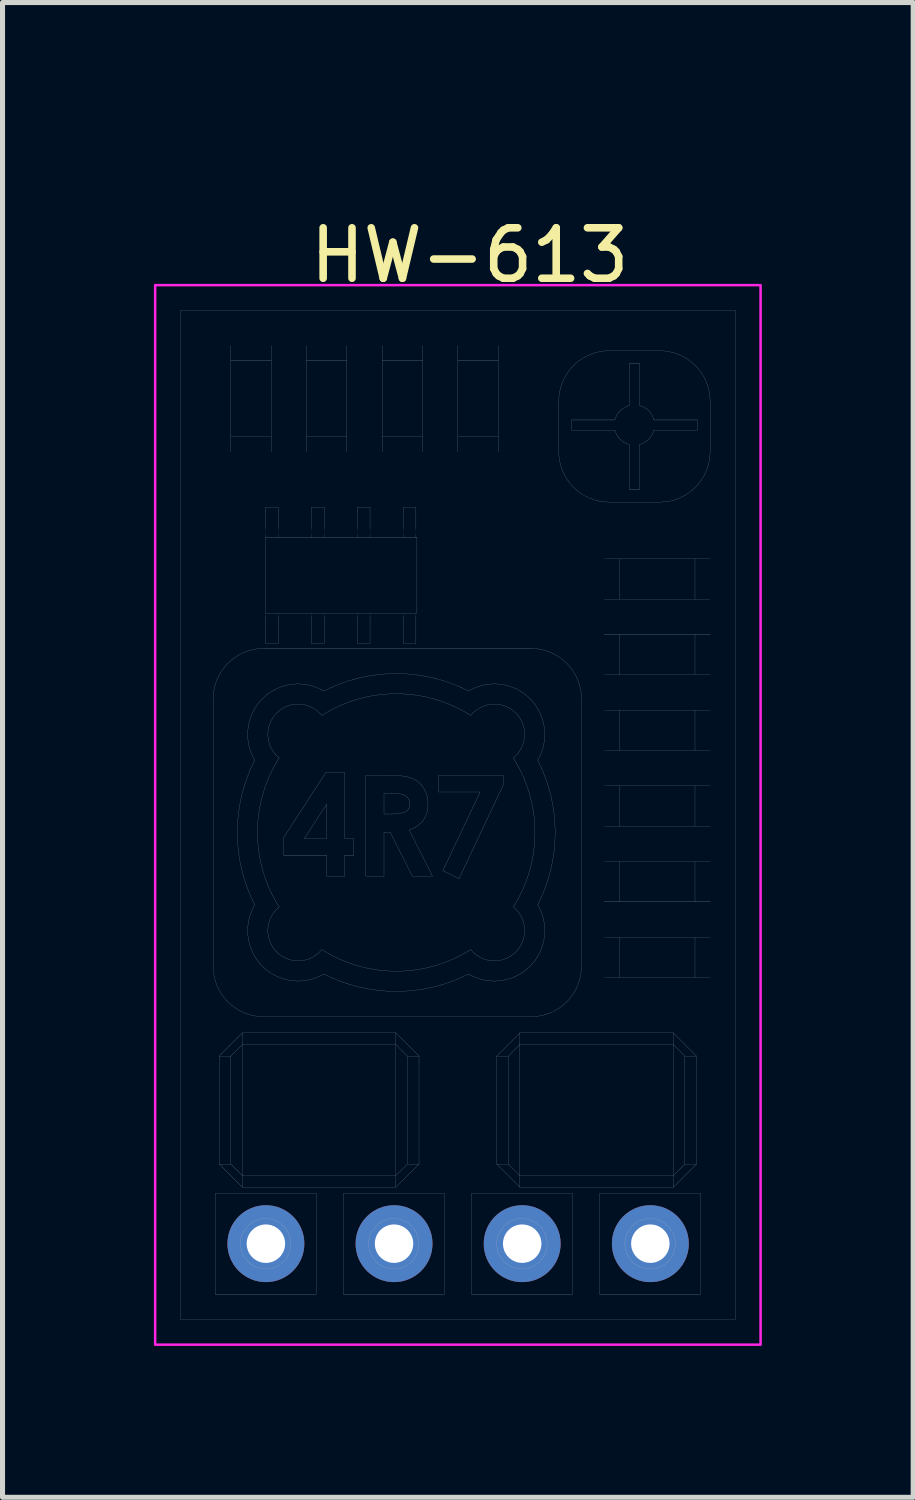
<source format=kicad_pcb>
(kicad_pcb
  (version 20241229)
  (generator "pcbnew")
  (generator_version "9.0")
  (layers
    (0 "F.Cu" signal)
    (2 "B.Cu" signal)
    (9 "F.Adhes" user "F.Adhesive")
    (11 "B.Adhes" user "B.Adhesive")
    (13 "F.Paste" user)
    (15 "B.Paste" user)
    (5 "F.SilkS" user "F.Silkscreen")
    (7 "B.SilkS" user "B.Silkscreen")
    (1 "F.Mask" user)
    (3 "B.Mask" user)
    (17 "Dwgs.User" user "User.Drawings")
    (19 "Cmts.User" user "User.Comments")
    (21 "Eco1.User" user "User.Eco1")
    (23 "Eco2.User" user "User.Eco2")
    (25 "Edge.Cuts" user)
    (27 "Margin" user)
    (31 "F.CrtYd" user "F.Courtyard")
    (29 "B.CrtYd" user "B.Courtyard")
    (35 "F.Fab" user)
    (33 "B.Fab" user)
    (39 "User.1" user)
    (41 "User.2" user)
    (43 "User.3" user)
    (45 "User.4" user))
  (footprint "HW-613"
    (layer "F.Cu")
    (at 5.82 0.25)
    (property "Reference" "HW-613" (at 0.44 1.76 0) (layer "F.SilkS") (effects (font (size 1 1) (thickness 0.15))))
    (attr through_hole)
    (fp_line (start -5.295 2.852) (end -5.295 22.852) (stroke (width 0.003) (type solid)) (layer "Dwgs.User"))
    (fp_line (start -5.295 22.852) (end 5.705 22.852) (stroke (width 0.003) (type solid)) (layer "Dwgs.User"))
    (fp_line (start -4.645 10.552) (end -4.645 15.852) (stroke (width 0.003) (type solid)) (layer "Dwgs.User"))
    (fp_line (start -4.605 20.352) (end -4.605 22.352) (stroke (width 0.003) (type solid)) (layer "Dwgs.User"))
    (fp_line (start -4.605 22.352) (end -2.605 22.352) (stroke (width 0.003) (type solid)) (layer "Dwgs.User"))
    (fp_line (start -4.525 17.632) (end -4.295 17.632) (stroke (width 0.003) (type solid)) (layer "Dwgs.User"))
    (fp_line (start -4.525 19.772) (end -4.525 17.632) (stroke (width 0.003) (type solid)) (layer "Dwgs.User"))
    (fp_line (start -4.525 19.772) (end -4.295 19.772) (stroke (width 0.003) (type solid)) (layer "Dwgs.User"))
    (fp_line (start -4.525 19.772) (end -4.065 20.232) (stroke (width 0.003) (type solid)) (layer "Dwgs.User"))
    (fp_line (start -4.295 3.852) (end -4.295 5.352) (stroke (width 0.003) (type solid)) (layer "Dwgs.User"))
    (fp_line (start -4.295 5.352) (end -3.495 5.352) (stroke (width 0.003) (type solid)) (layer "Dwgs.User"))
    (fp_line (start -4.295 17.632) (end -4.065 17.402) (stroke (width 0.003) (type solid)) (layer "Dwgs.User"))
    (fp_line (start -4.295 19.772) (end -4.295 17.632) (stroke (width 0.003) (type solid)) (layer "Dwgs.User"))
    (fp_line (start -4.295 19.772) (end -4.065 20.002) (stroke (width 0.003) (type solid)) (layer "Dwgs.User"))
    (fp_line (start -4.065 17.172) (end -4.525 17.632) (stroke (width 0.003) (type solid)) (layer "Dwgs.User"))
    (fp_line (start -4.065 17.172) (end -1.025 17.172) (stroke (width 0.003) (type solid)) (layer "Dwgs.User"))
    (fp_line (start -4.065 17.402) (end -4.065 17.172) (stroke (width 0.003) (type solid)) (layer "Dwgs.User"))
    (fp_line (start -4.065 17.402) (end -4.065 20.002) (stroke (width 0.003) (type solid)) (layer "Dwgs.User"))
    (fp_line (start -4.065 20.002) (end -1.025 20.002) (stroke (width 0.003) (type solid)) (layer "Dwgs.User"))
    (fp_line (start -4.065 20.232) (end -4.065 20.002) (stroke (width 0.003) (type solid)) (layer "Dwgs.User"))
    (fp_line (start -3.645 16.852) (end 1.655 16.852) (stroke (width 0.003) (type solid)) (layer "Dwgs.User"))
    (fp_line (start -3.606 6.752) (end -3.606 7.152) (stroke (width 0.003) (type solid)) (layer "Dwgs.User"))
    (fp_line (start -3.606 7.352) (end -3.606 8.852) (stroke (width 0.003) (type solid)) (layer "Dwgs.User"))
    (fp_line (start -3.606 8.852) (end -0.606 8.852) (stroke (width 0.003) (type solid)) (layer "Dwgs.User"))
    (fp_line (start -3.606 9.052) (end -3.606 9.452) (stroke (width 0.003) (type solid)) (layer "Dwgs.User"))
    (fp_line (start -3.606 9.452) (end -3.356 9.452) (stroke (width 0.003) (type solid)) (layer "Dwgs.User"))
    (fp_line (start -3.495 3.852) (end -4.295 3.852) (stroke (width 0.003) (type solid)) (layer "Dwgs.User"))
    (fp_line (start -3.495 5.352) (end -3.495 3.852) (stroke (width 0.003) (type solid)) (layer "Dwgs.User"))
    (fp_line (start -3.356 6.752) (end -3.606 6.752) (stroke (width 0.003) (type solid)) (layer "Dwgs.User"))
    (fp_line (start -3.356 7.152) (end -3.356 6.752) (stroke (width 0.003) (type solid)) (layer "Dwgs.User"))
    (fp_line (start -3.356 9.452) (end -3.356 9.052) (stroke (width 0.003) (type solid)) (layer "Dwgs.User"))
    (fp_line (start -3.243 13.291) (end -2.412 12.013) (stroke (width 0.003) (type solid)) (layer "Dwgs.User"))
    (fp_line (start -3.243 13.655) (end -3.243 13.291) (stroke (width 0.003) (type solid)) (layer "Dwgs.User"))
    (fp_line (start -2.839 13.321) (end -2.396 13.321) (stroke (width 0.003) (type solid)) (layer "Dwgs.User"))
    (fp_line (start -2.795 3.852) (end -2.795 5.352) (stroke (width 0.003) (type solid)) (layer "Dwgs.User"))
    (fp_line (start -2.795 5.352) (end -1.995 5.352) (stroke (width 0.003) (type solid)) (layer "Dwgs.User"))
    (fp_line (start -2.696 6.752) (end -2.696 7.152) (stroke (width 0.003) (type solid)) (layer "Dwgs.User"))
    (fp_line (start -2.696 9.052) (end -2.696 9.452) (stroke (width 0.003) (type solid)) (layer "Dwgs.User"))
    (fp_line (start -2.696 9.452) (end -2.446 9.452) (stroke (width 0.003) (type solid)) (layer "Dwgs.User"))
    (fp_line (start -2.605 20.352) (end -4.605 20.352) (stroke (width 0.003) (type solid)) (layer "Dwgs.User"))
    (fp_line (start -2.605 22.352) (end -2.605 20.352) (stroke (width 0.003) (type solid)) (layer "Dwgs.User"))
    (fp_line (start -2.446 6.752) (end -2.696 6.752) (stroke (width 0.003) (type solid)) (layer "Dwgs.User"))
    (fp_line (start -2.446 7.152) (end -2.446 6.752) (stroke (width 0.003) (type solid)) (layer "Dwgs.User"))
    (fp_line (start -2.446 9.452) (end -2.446 9.052) (stroke (width 0.003) (type solid)) (layer "Dwgs.User"))
    (fp_line (start -2.412 12.013) (end -2.037 12.013) (stroke (width 0.003) (type solid)) (layer "Dwgs.User"))
    (fp_line (start -2.396 12.64) (end -2.839 13.321) (stroke (width 0.003) (type solid)) (layer "Dwgs.User"))
    (fp_line (start -2.396 13.321) (end -2.396 12.64) (stroke (width 0.003) (type solid)) (layer "Dwgs.User"))
    (fp_line (start -2.396 13.655) (end -3.243 13.655) (stroke (width 0.003) (type solid)) (layer "Dwgs.User"))
    (fp_line (start -2.396 14.065) (end -2.396 13.655) (stroke (width 0.003) (type solid)) (layer "Dwgs.User"))
    (fp_line (start -2.065 20.352) (end -2.065 22.352) (stroke (width 0.003) (type solid)) (layer "Dwgs.User"))
    (fp_line (start -2.065 22.352) (end -0.065 22.352) (stroke (width 0.003) (type solid)) (layer "Dwgs.User"))
    (fp_line (start -2.037 12.013) (end -2.037 13.321) (stroke (width 0.003) (type solid)) (layer "Dwgs.User"))
    (fp_line (start -2.037 13.321) (end -1.858 13.321) (stroke (width 0.003) (type solid)) (layer "Dwgs.User"))
    (fp_line (start -2.037 13.655) (end -2.037 14.065) (stroke (width 0.003) (type solid)) (layer "Dwgs.User"))
    (fp_line (start -2.037 14.065) (end -2.396 14.065) (stroke (width 0.003) (type solid)) (layer "Dwgs.User"))
    (fp_line (start -1.995 3.852) (end -2.795 3.852) (stroke (width 0.003) (type solid)) (layer "Dwgs.User"))
    (fp_line (start -1.995 5.352) (end -1.995 3.852) (stroke (width 0.003) (type solid)) (layer "Dwgs.User"))
    (fp_line (start -1.858 13.321) (end -1.858 13.655) (stroke (width 0.003) (type solid)) (layer "Dwgs.User"))
    (fp_line (start -1.858 13.655) (end -2.037 13.655) (stroke (width 0.003) (type solid)) (layer "Dwgs.User"))
    (fp_line (start -1.786 6.752) (end -1.786 7.152) (stroke (width 0.003) (type solid)) (layer "Dwgs.User"))
    (fp_line (start -1.786 9.052) (end -1.786 9.452) (stroke (width 0.003) (type solid)) (layer "Dwgs.User"))
    (fp_line (start -1.786 9.452) (end -1.536 9.452) (stroke (width 0.003) (type solid)) (layer "Dwgs.User"))
    (fp_line (start -1.618 12.065) (end -1.2 12.065) (stroke (width 0.003) (type solid)) (layer "Dwgs.User"))
    (fp_line (start -1.618 14.065) (end -1.618 12.065) (stroke (width 0.003) (type solid)) (layer "Dwgs.User"))
    (fp_line (start -1.536 6.752) (end -1.786 6.752) (stroke (width 0.003) (type solid)) (layer "Dwgs.User"))
    (fp_line (start -1.536 7.152) (end -1.536 6.752) (stroke (width 0.003) (type solid)) (layer "Dwgs.User"))
    (fp_line (start -1.536 9.452) (end -1.536 9.052) (stroke (width 0.003) (type solid)) (layer "Dwgs.User"))
    (fp_line (start -1.295 3.852) (end -1.295 5.352) (stroke (width 0.003) (type solid)) (layer "Dwgs.User"))
    (fp_line (start -1.295 5.352) (end -0.495 5.352) (stroke (width 0.003) (type solid)) (layer "Dwgs.User"))
    (fp_line (start -1.259 12.424) (end -1.259 12.834) (stroke (width 0.003) (type solid)) (layer "Dwgs.User"))
    (fp_line (start -1.259 12.834) (end -1.119 12.834) (stroke (width 0.003) (type solid)) (layer "Dwgs.User"))
    (fp_line (start -1.259 13.193) (end -1.259 14.065) (stroke (width 0.003) (type solid)) (layer "Dwgs.User"))
    (fp_line (start -1.259 14.065) (end -1.618 14.065) (stroke (width 0.003) (type solid)) (layer "Dwgs.User"))
    (fp_line (start -1.137 13.193) (end -1.259 13.193) (stroke (width 0.003) (type solid)) (layer "Dwgs.User"))
    (fp_line (start -1.137 12.424) (end -1.259 12.424) (stroke (width 0.003) (type solid)) (layer "Dwgs.User"))
    (fp_line (start -1.025 17.402) (end -4.065 17.402) (stroke (width 0.003) (type solid)) (layer "Dwgs.User"))
    (fp_line (start -1.025 17.402) (end -1.025 17.172) (stroke (width 0.003) (type solid)) (layer "Dwgs.User"))
    (fp_line (start -1.025 17.402) (end -0.795 17.632) (stroke (width 0.003) (type solid)) (layer "Dwgs.User"))
    (fp_line (start -1.025 20.002) (end -1.025 17.402) (stroke (width 0.003) (type solid)) (layer "Dwgs.User"))
    (fp_line (start -1.025 20.002) (end -0.795 19.772) (stroke (width 0.003) (type solid)) (layer "Dwgs.User"))
    (fp_line (start -1.025 20.232) (end -4.065 20.232) (stroke (width 0.003) (type solid)) (layer "Dwgs.User"))
    (fp_line (start -1.025 20.232) (end -1.025 20.002) (stroke (width 0.003) (type solid)) (layer "Dwgs.User"))
    (fp_line (start -1.025 20.232) (end -0.565 19.772) (stroke (width 0.003) (type solid)) (layer "Dwgs.User"))
    (fp_line (start -0.876 6.752) (end -0.876 7.152) (stroke (width 0.003) (type solid)) (layer "Dwgs.User"))
    (fp_line (start -0.876 9.052) (end -0.876 9.452) (stroke (width 0.003) (type solid)) (layer "Dwgs.User"))
    (fp_line (start -0.876 9.452) (end -0.626 9.452) (stroke (width 0.003) (type solid)) (layer "Dwgs.User"))
    (fp_line (start -0.795 17.632) (end -0.795 19.772) (stroke (width 0.003) (type solid)) (layer "Dwgs.User"))
    (fp_line (start -0.795 17.632) (end -0.565 17.632) (stroke (width 0.003) (type solid)) (layer "Dwgs.User"))
    (fp_line (start -0.795 19.772) (end -0.565 19.772) (stroke (width 0.003) (type solid)) (layer "Dwgs.User"))
    (fp_line (start -0.759 13.152) (end -0.298 14.065) (stroke (width 0.003) (type solid)) (layer "Dwgs.User"))
    (fp_line (start -0.697 14.065) (end -1.137 13.193) (stroke (width 0.003) (type solid)) (layer "Dwgs.User"))
    (fp_line (start -0.626 6.752) (end -0.876 6.752) (stroke (width 0.003) (type solid)) (layer "Dwgs.User"))
    (fp_line (start -0.626 7.152) (end -0.626 6.752) (stroke (width 0.003) (type solid)) (layer "Dwgs.User"))
    (fp_line (start -0.626 9.452) (end -0.626 9.052) (stroke (width 0.003) (type solid)) (layer "Dwgs.User"))
    (fp_line (start -0.606 7.352) (end -3.606 7.352) (stroke (width 0.003) (type solid)) (layer "Dwgs.User"))
    (fp_line (start -0.606 8.852) (end -0.606 7.352) (stroke (width 0.003) (type solid)) (layer "Dwgs.User"))
    (fp_line (start -0.565 17.632) (end -1.025 17.172) (stroke (width 0.003) (type solid)) (layer "Dwgs.User"))
    (fp_line (start -0.565 17.632) (end -0.565 19.772) (stroke (width 0.003) (type solid)) (layer "Dwgs.User"))
    (fp_line (start -0.495 3.852) (end -1.295 3.852) (stroke (width 0.003) (type solid)) (layer "Dwgs.User"))
    (fp_line (start -0.495 5.352) (end -0.495 3.852) (stroke (width 0.003) (type solid)) (layer "Dwgs.User"))
    (fp_line (start -0.298 14.065) (end -0.697 14.065) (stroke (width 0.003) (type solid)) (layer "Dwgs.User"))
    (fp_line (start -0.173 12.065) (end 1.109 12.065) (stroke (width 0.003) (type solid)) (layer "Dwgs.User"))
    (fp_line (start -0.173 12.398) (end -0.173 12.065) (stroke (width 0.003) (type solid)) (layer "Dwgs.User"))
    (fp_line (start -0.092 13.956) (end 0.646 12.398) (stroke (width 0.003) (type solid)) (layer "Dwgs.User"))
    (fp_line (start -0.065 20.352) (end -2.065 20.352) (stroke (width 0.003) (type solid)) (layer "Dwgs.User"))
    (fp_line (start -0.065 22.352) (end -0.065 20.352) (stroke (width 0.003) (type solid)) (layer "Dwgs.User"))
    (fp_line (start 0.205 3.852) (end 0.205 5.352) (stroke (width 0.003) (type solid)) (layer "Dwgs.User"))
    (fp_line (start 0.205 5.352) (end 1.005 5.352) (stroke (width 0.003) (type solid)) (layer "Dwgs.User"))
    (fp_line (start 0.227 14.116) (end -0.092 13.956) (stroke (width 0.003) (type solid)) (layer "Dwgs.User"))
    (fp_line (start 0.475 20.352) (end 0.475 22.352) (stroke (width 0.003) (type solid)) (layer "Dwgs.User"))
    (fp_line (start 0.475 22.352) (end 2.475 22.352) (stroke (width 0.003) (type solid)) (layer "Dwgs.User"))
    (fp_line (start 0.646 12.398) (end -0.173 12.398) (stroke (width 0.003) (type solid)) (layer "Dwgs.User"))
    (fp_line (start 0.975 19.772) (end 0.975 17.632) (stroke (width 0.003) (type solid)) (layer "Dwgs.User"))
    (fp_line (start 0.975 19.772) (end 1.435 20.232) (stroke (width 0.003) (type solid)) (layer "Dwgs.User"))
    (fp_line (start 1.005 3.852) (end 0.205 3.852) (stroke (width 0.003) (type solid)) (layer "Dwgs.User"))
    (fp_line (start 1.005 5.352) (end 1.005 3.852) (stroke (width 0.003) (type solid)) (layer "Dwgs.User"))
    (fp_line (start 1.109 12.065) (end 1.109 12.251) (stroke (width 0.003) (type solid)) (layer "Dwgs.User"))
    (fp_line (start 1.109 12.251) (end 0.227 14.116) (stroke (width 0.003) (type solid)) (layer "Dwgs.User"))
    (fp_line (start 1.205 17.632) (end 0.975 17.632) (stroke (width 0.003) (type solid)) (layer "Dwgs.User"))
    (fp_line (start 1.205 19.772) (end 0.975 19.772) (stroke (width 0.003) (type solid)) (layer "Dwgs.User"))
    (fp_line (start 1.205 19.772) (end 1.205 17.632) (stroke (width 0.003) (type solid)) (layer "Dwgs.User"))
    (fp_line (start 1.435 17.172) (end 0.975 17.632) (stroke (width 0.003) (type solid)) (layer "Dwgs.User"))
    (fp_line (start 1.435 17.172) (end 1.435 17.402) (stroke (width 0.003) (type solid)) (layer "Dwgs.User"))
    (fp_line (start 1.435 17.172) (end 4.475 17.172) (stroke (width 0.003) (type solid)) (layer "Dwgs.User"))
    (fp_line (start 1.435 17.402) (end 1.205 17.632) (stroke (width 0.003) (type solid)) (layer "Dwgs.User"))
    (fp_line (start 1.435 17.402) (end 1.435 20.002) (stroke (width 0.003) (type solid)) (layer "Dwgs.User"))
    (fp_line (start 1.435 20.002) (end 1.205 19.772) (stroke (width 0.003) (type solid)) (layer "Dwgs.User"))
    (fp_line (start 1.435 20.002) (end 1.435 20.232) (stroke (width 0.003) (type solid)) (layer "Dwgs.User"))
    (fp_line (start 1.435 20.002) (end 4.475 20.002) (stroke (width 0.003) (type solid)) (layer "Dwgs.User"))
    (fp_line (start 1.655 9.552) (end -3.645 9.552) (stroke (width 0.003) (type solid)) (layer "Dwgs.User"))
    (fp_line (start 2.205 4.652) (end 2.205 5.652) (stroke (width 0.003) (type solid)) (layer "Dwgs.User"))
    (fp_line (start 2.455 5.024) (end 2.455 5.224) (stroke (width 0.003) (type solid)) (layer "Dwgs.User"))
    (fp_line (start 2.455 5.024) (end 3.317 5.024) (stroke (width 0.003) (type solid)) (layer "Dwgs.User"))
    (fp_line (start 2.455 5.224) (end 3.317 5.224) (stroke (width 0.003) (type solid)) (layer "Dwgs.User"))
    (fp_line (start 2.475 20.352) (end 0.475 20.352) (stroke (width 0.003) (type solid)) (layer "Dwgs.User"))
    (fp_line (start 2.475 22.352) (end 2.475 20.352) (stroke (width 0.003) (type solid)) (layer "Dwgs.User"))
    (fp_line (start 2.655 15.852) (end 2.655 10.552) (stroke (width 0.003) (type solid)) (layer "Dwgs.User"))
    (fp_line (start 3.015 20.352) (end 3.015 22.352) (stroke (width 0.003) (type solid)) (layer "Dwgs.User"))
    (fp_line (start 3.015 22.352) (end 5.015 22.352) (stroke (width 0.003) (type solid)) (layer "Dwgs.User"))
    (fp_line (start 3.205 6.652) (end 4.205 6.652) (stroke (width 0.003) (type solid)) (layer "Dwgs.User"))
    (fp_line (start 3.405 7.776) (end 3.405 8.576) (stroke (width 0.003) (type solid)) (layer "Dwgs.User"))
    (fp_line (start 3.405 8.576) (end 4.905 8.576) (stroke (width 0.003) (type solid)) (layer "Dwgs.User"))
    (fp_line (start 3.405 9.276) (end 3.405 10.076) (stroke (width 0.003) (type solid)) (layer "Dwgs.User"))
    (fp_line (start 3.405 10.076) (end 4.905 10.076) (stroke (width 0.003) (type solid)) (layer "Dwgs.User"))
    (fp_line (start 3.405 10.776) (end 3.405 11.576) (stroke (width 0.003) (type solid)) (layer "Dwgs.User"))
    (fp_line (start 3.405 11.576) (end 4.905 11.576) (stroke (width 0.003) (type solid)) (layer "Dwgs.User"))
    (fp_line (start 3.405 12.276) (end 3.405 13.076) (stroke (width 0.003) (type solid)) (layer "Dwgs.User"))
    (fp_line (start 3.405 13.076) (end 4.905 13.076) (stroke (width 0.003) (type solid)) (layer "Dwgs.User"))
    (fp_line (start 3.405 13.776) (end 3.405 14.576) (stroke (width 0.003) (type solid)) (layer "Dwgs.User"))
    (fp_line (start 3.405 14.576) (end 4.905 14.576) (stroke (width 0.003) (type solid)) (layer "Dwgs.User"))
    (fp_line (start 3.405 15.276) (end 3.405 16.076) (stroke (width 0.003) (type solid)) (layer "Dwgs.User"))
    (fp_line (start 3.405 16.076) (end 4.905 16.076) (stroke (width 0.003) (type solid)) (layer "Dwgs.User"))
    (fp_line (start 3.605 3.902) (end 3.605 4.737) (stroke (width 0.003) (type solid)) (layer "Dwgs.User"))
    (fp_line (start 3.605 3.902) (end 3.805 3.902) (stroke (width 0.003) (type solid)) (layer "Dwgs.User"))
    (fp_line (start 3.605 5.511) (end 3.605 6.402) (stroke (width 0.003) (type solid)) (layer "Dwgs.User"))
    (fp_line (start 3.605 6.402) (end 3.805 6.402) (stroke (width 0.003) (type solid)) (layer "Dwgs.User"))
    (fp_line (start 3.805 3.902) (end 3.805 4.737) (stroke (width 0.003) (type solid)) (layer "Dwgs.User"))
    (fp_line (start 3.805 5.511) (end 3.805 6.402) (stroke (width 0.003) (type solid)) (layer "Dwgs.User"))
    (fp_line (start 4.092 5.024) (end 4.955 5.024) (stroke (width 0.003) (type solid)) (layer "Dwgs.User"))
    (fp_line (start 4.092 5.224) (end 4.955 5.224) (stroke (width 0.003) (type solid)) (layer "Dwgs.User"))
    (fp_line (start 4.205 3.652) (end 3.205 3.652) (stroke (width 0.003) (type solid)) (layer "Dwgs.User"))
    (fp_line (start 4.475 17.172) (end 4.475 17.402) (stroke (width 0.003) (type solid)) (layer "Dwgs.User"))
    (fp_line (start 4.475 17.402) (end 1.435 17.402) (stroke (width 0.003) (type solid)) (layer "Dwgs.User"))
    (fp_line (start 4.475 20.002) (end 4.475 17.402) (stroke (width 0.003) (type solid)) (layer "Dwgs.User"))
    (fp_line (start 4.475 20.002) (end 4.475 20.232) (stroke (width 0.003) (type solid)) (layer "Dwgs.User"))
    (fp_line (start 4.475 20.232) (end 1.435 20.232) (stroke (width 0.003) (type solid)) (layer "Dwgs.User"))
    (fp_line (start 4.475 20.232) (end 4.935 19.772) (stroke (width 0.003) (type solid)) (layer "Dwgs.User"))
    (fp_line (start 4.705 17.632) (end 4.475 17.402) (stroke (width 0.003) (type solid)) (layer "Dwgs.User"))
    (fp_line (start 4.705 17.632) (end 4.705 19.772) (stroke (width 0.003) (type solid)) (layer "Dwgs.User"))
    (fp_line (start 4.705 19.772) (end 4.475 20.002) (stroke (width 0.003) (type solid)) (layer "Dwgs.User"))
    (fp_line (start 4.905 7.776) (end 3.405 7.776) (stroke (width 0.003) (type solid)) (layer "Dwgs.User"))
    (fp_line (start 4.905 8.576) (end 4.905 7.776) (stroke (width 0.003) (type solid)) (layer "Dwgs.User"))
    (fp_line (start 4.905 9.276) (end 3.405 9.276) (stroke (width 0.003) (type solid)) (layer "Dwgs.User"))
    (fp_line (start 4.905 10.076) (end 4.905 9.276) (stroke (width 0.003) (type solid)) (layer "Dwgs.User"))
    (fp_line (start 4.905 10.776) (end 3.405 10.776) (stroke (width 0.003) (type solid)) (layer "Dwgs.User"))
    (fp_line (start 4.905 11.576) (end 4.905 10.776) (stroke (width 0.003) (type solid)) (layer "Dwgs.User"))
    (fp_line (start 4.905 12.276) (end 3.405 12.276) (stroke (width 0.003) (type solid)) (layer "Dwgs.User"))
    (fp_line (start 4.905 13.076) (end 4.905 12.276) (stroke (width 0.003) (type solid)) (layer "Dwgs.User"))
    (fp_line (start 4.905 13.776) (end 3.405 13.776) (stroke (width 0.003) (type solid)) (layer "Dwgs.User"))
    (fp_line (start 4.905 14.576) (end 4.905 13.776) (stroke (width 0.003) (type solid)) (layer "Dwgs.User"))
    (fp_line (start 4.905 15.276) (end 3.405 15.276) (stroke (width 0.003) (type solid)) (layer "Dwgs.User"))
    (fp_line (start 4.905 16.076) (end 4.905 15.276) (stroke (width 0.003) (type solid)) (layer "Dwgs.User"))
    (fp_line (start 4.935 17.632) (end 4.475 17.172) (stroke (width 0.003) (type solid)) (layer "Dwgs.User"))
    (fp_line (start 4.935 17.632) (end 4.705 17.632) (stroke (width 0.003) (type solid)) (layer "Dwgs.User"))
    (fp_line (start 4.935 17.632) (end 4.935 19.772) (stroke (width 0.003) (type solid)) (layer "Dwgs.User"))
    (fp_line (start 4.935 19.772) (end 4.705 19.772) (stroke (width 0.003) (type solid)) (layer "Dwgs.User"))
    (fp_line (start 4.955 5.024) (end 4.955 5.224) (stroke (width 0.003) (type solid)) (layer "Dwgs.User"))
    (fp_line (start 5.015 20.352) (end 3.015 20.352) (stroke (width 0.003) (type solid)) (layer "Dwgs.User"))
    (fp_line (start 5.015 22.352) (end 5.015 20.352) (stroke (width 0.003) (type solid)) (layer "Dwgs.User"))
    (fp_line (start 5.205 5.652) (end 5.205 4.652) (stroke (width 0.003) (type solid)) (layer "Dwgs.User"))
    (fp_line (start 5.705 2.852) (end -5.295 2.852) (stroke (width 0.003) (type solid)) (layer "Dwgs.User"))
    (fp_line (start 5.705 22.852) (end 5.705 2.852) (stroke (width 0.003) (type solid)) (layer "Dwgs.User"))
    (fp_curve (pts (xy -4.645 15.852) (xy -4.645 16.117) (xy -4.54 16.372) (xy -4.352 16.559)) (stroke (width 0.003) (type solid)) (layer "Dwgs.User"))
    (fp_curve (pts (xy -4.352 9.845) (xy -4.54 10.033) (xy -4.645 10.287) (xy -4.645 10.552)) (stroke (width 0.003) (type solid)) (layer "Dwgs.User"))
    (fp_curve (pts (xy -4.352 16.559) (xy -4.165 16.747) (xy -3.91 16.852) (xy -3.645 16.852)) (stroke (width 0.003) (type solid)) (layer "Dwgs.User"))
    (fp_curve (pts (xy -4.295 3.764) (xy -4.295 3.709) (xy -4.295 3.631) (xy -4.295 3.552)) (stroke (width 0.003) (type solid)) (layer "Dwgs.User"))
    (fp_curve (pts (xy -4.295 3.852) (xy -4.295 3.851) (xy -4.295 3.821) (xy -4.295 3.764)) (stroke (width 0.003) (type solid)) (layer "Dwgs.User"))
    (fp_curve (pts (xy -4.295 5.44) (xy -4.295 5.383) (xy -4.295 5.354) (xy -4.295 5.352)) (stroke (width 0.003) (type solid)) (layer "Dwgs.User"))
    (fp_curve (pts (xy -4.295 5.652) (xy -4.295 5.574) (xy -4.295 5.496) (xy -4.295 5.44)) (stroke (width 0.003) (type solid)) (layer "Dwgs.User"))
    (fp_curve (pts (xy -4.038 21.102) (xy -4.128 21.257) (xy -4.128 21.448) (xy -4.038 21.602)) (stroke (width 0.003) (type solid)) (layer "Dwgs.User"))
    (fp_curve (pts (xy -4.038 21.602) (xy -3.949 21.757) (xy -3.784 21.852) (xy -3.605 21.852)) (stroke (width 0.003) (type solid)) (layer "Dwgs.User"))
    (fp_curve (pts (xy -3.83 15.639) (xy -3.652 15.952) (xy -3.32 16.144) (xy -2.961 16.145)) (stroke (width 0.003) (type solid)) (layer "Dwgs.User"))
    (fp_curve (pts (xy -3.821 11.766) (xy -4.282 12.666) (xy -4.282 13.734) (xy -3.821 14.634)) (stroke (width 0.003) (type solid)) (layer "Dwgs.User"))
    (fp_curve (pts (xy -3.821 14.634) (xy -4.004 14.943) (xy -4.008 15.327) (xy -3.83 15.639)) (stroke (width 0.003) (type solid)) (layer "Dwgs.User"))
    (fp_curve (pts (xy -3.668 10.548) (xy -3.991 10.872) (xy -4.054 11.373) (xy -3.821 11.766)) (stroke (width 0.003) (type solid)) (layer "Dwgs.User"))
    (fp_curve (pts (xy -3.645 9.552) (xy -3.91 9.552) (xy -4.165 9.658) (xy -4.352 9.845)) (stroke (width 0.003) (type solid)) (layer "Dwgs.User"))
    (fp_curve (pts (xy -3.606 7.352) (xy -3.606 7.354) (xy -3.606 7.259) (xy -3.606 7.152)) (stroke (width 0.003) (type solid)) (layer "Dwgs.User"))
    (fp_curve (pts (xy -3.606 9.052) (xy -3.606 8.945) (xy -3.606 8.85) (xy -3.606 8.852)) (stroke (width 0.003) (type solid)) (layer "Dwgs.User"))
    (fp_curve (pts (xy -3.605 20.852) (xy -3.784 20.852) (xy -3.949 20.948) (xy -4.038 21.102)) (stroke (width 0.003) (type solid)) (layer "Dwgs.User"))
    (fp_curve (pts (xy -3.605 21.852) (xy -3.427 21.852) (xy -3.262 21.757) (xy -3.172 21.602)) (stroke (width 0.003) (type solid)) (layer "Dwgs.User"))
    (fp_curve (pts (xy -3.546 11.121) (xy -3.597 11.346) (xy -3.516 11.58) (xy -3.337 11.723)) (stroke (width 0.003) (type solid)) (layer "Dwgs.User"))
    (fp_curve (pts (xy -3.527 15.343) (xy -3.443 15.584) (xy -3.216 15.744) (xy -2.961 15.745)) (stroke (width 0.003) (type solid)) (layer "Dwgs.User"))
    (fp_curve (pts (xy -3.495 3.552) (xy -3.495 3.631) (xy -3.495 3.709) (xy -3.495 3.764)) (stroke (width 0.003) (type solid)) (layer "Dwgs.User"))
    (fp_curve (pts (xy -3.495 3.764) (xy -3.495 3.821) (xy -3.495 3.851) (xy -3.495 3.852)) (stroke (width 0.003) (type solid)) (layer "Dwgs.User"))
    (fp_curve (pts (xy -3.495 5.352) (xy -3.495 5.354) (xy -3.495 5.383) (xy -3.495 5.44)) (stroke (width 0.003) (type solid)) (layer "Dwgs.User"))
    (fp_curve (pts (xy -3.495 5.44) (xy -3.495 5.496) (xy -3.495 5.574) (xy -3.495 5.652)) (stroke (width 0.003) (type solid)) (layer "Dwgs.User"))
    (fp_curve (pts (xy -3.356 7.152) (xy -3.356 7.259) (xy -3.356 7.354) (xy -3.356 7.352)) (stroke (width 0.003) (type solid)) (layer "Dwgs.User"))
    (fp_curve (pts (xy -3.356 8.852) (xy -3.356 8.85) (xy -3.356 8.945) (xy -3.356 9.052)) (stroke (width 0.003) (type solid)) (layer "Dwgs.User"))
    (fp_curve (pts (xy -3.337 11.723) (xy -3.91 12.624) (xy -3.91 13.776) (xy -3.337 14.677)) (stroke (width 0.003) (type solid)) (layer "Dwgs.User"))
    (fp_curve (pts (xy -3.337 14.677) (xy -3.535 14.836) (xy -3.612 15.103) (xy -3.527 15.343)) (stroke (width 0.003) (type solid)) (layer "Dwgs.User"))
    (fp_curve (pts (xy -3.172 21.102) (xy -3.262 20.948) (xy -3.427 20.852) (xy -3.605 20.852)) (stroke (width 0.003) (type solid)) (layer "Dwgs.User"))
    (fp_curve (pts (xy -3.172 21.602) (xy -3.083 21.448) (xy -3.083 21.257) (xy -3.172 21.102)) (stroke (width 0.003) (type solid)) (layer "Dwgs.User"))
    (fp_curve (pts (xy -3.095 10.671) (xy -3.319 10.722) (xy -3.494 10.897) (xy -3.546 11.121)) (stroke (width 0.003) (type solid)) (layer "Dwgs.User"))
    (fp_curve (pts (xy -2.961 15.745) (xy -2.779 15.745) (xy -2.607 15.662) (xy -2.493 15.52)) (stroke (width 0.003) (type solid)) (layer "Dwgs.User"))
    (fp_curve (pts (xy -2.961 16.145) (xy -2.781 16.145) (xy -2.605 16.096) (xy -2.451 16.005)) (stroke (width 0.003) (type solid)) (layer "Dwgs.User"))
    (fp_curve (pts (xy -2.795 3.764) (xy -2.795 3.709) (xy -2.795 3.631) (xy -2.795 3.552)) (stroke (width 0.003) (type solid)) (layer "Dwgs.User"))
    (fp_curve (pts (xy -2.795 3.852) (xy -2.795 3.851) (xy -2.795 3.821) (xy -2.795 3.764)) (stroke (width 0.003) (type solid)) (layer "Dwgs.User"))
    (fp_curve (pts (xy -2.795 5.44) (xy -2.795 5.383) (xy -2.795 5.354) (xy -2.795 5.352)) (stroke (width 0.003) (type solid)) (layer "Dwgs.User"))
    (fp_curve (pts (xy -2.795 5.652) (xy -2.795 5.574) (xy -2.795 5.496) (xy -2.795 5.44)) (stroke (width 0.003) (type solid)) (layer "Dwgs.User"))
    (fp_curve (pts (xy -2.696 7.352) (xy -2.696 7.354) (xy -2.696 7.259) (xy -2.696 7.152)) (stroke (width 0.003) (type solid)) (layer "Dwgs.User"))
    (fp_curve (pts (xy -2.696 9.052) (xy -2.696 8.945) (xy -2.696 8.85) (xy -2.696 8.852)) (stroke (width 0.003) (type solid)) (layer "Dwgs.User"))
    (fp_curve (pts (xy -2.493 10.88) (xy -2.637 10.701) (xy -2.871 10.619) (xy -3.095 10.671)) (stroke (width 0.003) (type solid)) (layer "Dwgs.User"))
    (fp_curve (pts (xy -2.493 15.52) (xy -2.052 15.801) (xy -1.54 15.95) (xy -1.017 15.95)) (stroke (width 0.003) (type solid)) (layer "Dwgs.User"))
    (fp_curve (pts (xy -2.451 10.396) (xy -2.844 10.162) (xy -3.345 10.225) (xy -3.668 10.548)) (stroke (width 0.003) (type solid)) (layer "Dwgs.User"))
    (fp_curve (pts (xy -2.451 16.005) (xy -2.007 16.232) (xy -1.515 16.35) (xy -1.017 16.35)) (stroke (width 0.003) (type solid)) (layer "Dwgs.User"))
    (fp_curve (pts (xy -2.446 7.152) (xy -2.446 7.259) (xy -2.446 7.354) (xy -2.446 7.352)) (stroke (width 0.003) (type solid)) (layer "Dwgs.User"))
    (fp_curve (pts (xy -2.446 8.852) (xy -2.446 8.85) (xy -2.446 8.945) (xy -2.446 9.052)) (stroke (width 0.003) (type solid)) (layer "Dwgs.User"))
    (fp_curve (pts (xy -1.995 3.552) (xy -1.995 3.631) (xy -1.995 3.709) (xy -1.995 3.764)) (stroke (width 0.003) (type solid)) (layer "Dwgs.User"))
    (fp_curve (pts (xy -1.995 3.764) (xy -1.995 3.821) (xy -1.995 3.851) (xy -1.995 3.852)) (stroke (width 0.003) (type solid)) (layer "Dwgs.User"))
    (fp_curve (pts (xy -1.995 5.352) (xy -1.995 5.354) (xy -1.995 5.383) (xy -1.995 5.44)) (stroke (width 0.003) (type solid)) (layer "Dwgs.User"))
    (fp_curve (pts (xy -1.995 5.44) (xy -1.995 5.496) (xy -1.995 5.574) (xy -1.995 5.652)) (stroke (width 0.003) (type solid)) (layer "Dwgs.User"))
    (fp_curve (pts (xy -1.786 7.352) (xy -1.786 7.354) (xy -1.786 7.259) (xy -1.786 7.152)) (stroke (width 0.003) (type solid)) (layer "Dwgs.User"))
    (fp_curve (pts (xy -1.786 9.052) (xy -1.786 8.945) (xy -1.786 8.85) (xy -1.786 8.852)) (stroke (width 0.003) (type solid)) (layer "Dwgs.User"))
    (fp_curve (pts (xy -1.536 7.152) (xy -1.536 7.259) (xy -1.536 7.354) (xy -1.536 7.352)) (stroke (width 0.003) (type solid)) (layer "Dwgs.User"))
    (fp_curve (pts (xy -1.536 8.852) (xy -1.536 8.85) (xy -1.536 8.945) (xy -1.536 9.052)) (stroke (width 0.003) (type solid)) (layer "Dwgs.User"))
    (fp_curve (pts (xy -1.498 21.102) (xy -1.588 21.257) (xy -1.588 21.448) (xy -1.498 21.602)) (stroke (width 0.003) (type solid)) (layer "Dwgs.User"))
    (fp_curve (pts (xy -1.498 21.602) (xy -1.409 21.757) (xy -1.244 21.852) (xy -1.065 21.852)) (stroke (width 0.003) (type solid)) (layer "Dwgs.User"))
    (fp_curve (pts (xy -1.295 3.764) (xy -1.295 3.709) (xy -1.295 3.631) (xy -1.295 3.552)) (stroke (width 0.003) (type solid)) (layer "Dwgs.User"))
    (fp_curve (pts (xy -1.295 3.852) (xy -1.295 3.851) (xy -1.295 3.821) (xy -1.295 3.764)) (stroke (width 0.003) (type solid)) (layer "Dwgs.User"))
    (fp_curve (pts (xy -1.295 5.44) (xy -1.295 5.383) (xy -1.295 5.354) (xy -1.295 5.352)) (stroke (width 0.003) (type solid)) (layer "Dwgs.User"))
    (fp_curve (pts (xy -1.295 5.652) (xy -1.295 5.574) (xy -1.295 5.496) (xy -1.295 5.44)) (stroke (width 0.003) (type solid)) (layer "Dwgs.User"))
    (fp_curve (pts (xy -1.2 12.065) (xy -1.102 12.064) (xy -1.004 12.069) (xy -0.906 12.079)) (stroke (width 0.003) (type solid)) (layer "Dwgs.User"))
    (fp_curve (pts (xy -1.119 12.834) (xy -1.037 12.833) (xy -0.954 12.831) (xy -0.875 12.807)) (stroke (width 0.003) (type solid)) (layer "Dwgs.User"))
    (fp_curve (pts (xy -1.065 20.852) (xy -1.244 20.852) (xy -1.409 20.948) (xy -1.498 21.102)) (stroke (width 0.003) (type solid)) (layer "Dwgs.User"))
    (fp_curve (pts (xy -1.065 21.852) (xy -0.887 21.852) (xy -0.722 21.757) (xy -0.632 21.602)) (stroke (width 0.003) (type solid)) (layer "Dwgs.User"))
    (fp_curve (pts (xy -1.017 15.95) (xy -0.493 15.95) (xy 0.019 15.801) (xy 0.46 15.52)) (stroke (width 0.003) (type solid)) (layer "Dwgs.User"))
    (fp_curve (pts (xy -1.017 16.35) (xy -0.518 16.35) (xy -0.026 16.232) (xy 0.418 16.005)) (stroke (width 0.003) (type solid)) (layer "Dwgs.User"))
    (fp_curve (pts (xy -0.906 12.079) (xy -0.815 12.091) (xy -0.721 12.108) (xy -0.641 12.156)) (stroke (width 0.003) (type solid)) (layer "Dwgs.User"))
    (fp_curve (pts (xy -0.893 12.445) (xy -0.972 12.424) (xy -1.055 12.425) (xy -1.137 12.424)) (stroke (width 0.003) (type solid)) (layer "Dwgs.User"))
    (fp_curve (pts (xy -0.876 7.352) (xy -0.876 7.354) (xy -0.876 7.259) (xy -0.876 7.152)) (stroke (width 0.003) (type solid)) (layer "Dwgs.User"))
    (fp_curve (pts (xy -0.876 9.052) (xy -0.876 8.945) (xy -0.876 8.85) (xy -0.876 8.852)) (stroke (width 0.003) (type solid)) (layer "Dwgs.User"))
    (fp_curve (pts (xy -0.875 12.807) (xy -0.835 12.796) (xy -0.803 12.774) (xy -0.778 12.742)) (stroke (width 0.003) (type solid)) (layer "Dwgs.User"))
    (fp_curve (pts (xy -0.778 12.742) (xy -0.755 12.707) (xy -0.745 12.669) (xy -0.746 12.628)) (stroke (width 0.003) (type solid)) (layer "Dwgs.User"))
    (fp_curve (pts (xy -0.746 12.628) (xy -0.743 12.541) (xy -0.812 12.467) (xy -0.893 12.445)) (stroke (width 0.003) (type solid)) (layer "Dwgs.User"))
    (fp_curve (pts (xy -0.641 12.156) (xy -0.562 12.204) (xy -0.5 12.268) (xy -0.456 12.35)) (stroke (width 0.003) (type solid)) (layer "Dwgs.User"))
    (fp_curve (pts (xy -0.632 21.102) (xy -0.722 20.948) (xy -0.887 20.852) (xy -1.065 20.852)) (stroke (width 0.003) (type solid)) (layer "Dwgs.User"))
    (fp_curve (pts (xy -0.632 21.602) (xy -0.543 21.448) (xy -0.543 21.257) (xy -0.632 21.102)) (stroke (width 0.003) (type solid)) (layer "Dwgs.User"))
    (fp_curve (pts (xy -0.626 7.152) (xy -0.626 7.259) (xy -0.626 7.354) (xy -0.626 7.352)) (stroke (width 0.003) (type solid)) (layer "Dwgs.User"))
    (fp_curve (pts (xy -0.626 8.852) (xy -0.626 8.85) (xy -0.626 8.945) (xy -0.626 9.052)) (stroke (width 0.003) (type solid)) (layer "Dwgs.User"))
    (fp_curve (pts (xy -0.495 3.552) (xy -0.495 3.631) (xy -0.495 3.709) (xy -0.495 3.764)) (stroke (width 0.003) (type solid)) (layer "Dwgs.User"))
    (fp_curve (pts (xy -0.495 3.764) (xy -0.495 3.821) (xy -0.495 3.851) (xy -0.495 3.852)) (stroke (width 0.003) (type solid)) (layer "Dwgs.User"))
    (fp_curve (pts (xy -0.495 5.352) (xy -0.495 5.354) (xy -0.495 5.383) (xy -0.495 5.44)) (stroke (width 0.003) (type solid)) (layer "Dwgs.User"))
    (fp_curve (pts (xy -0.495 5.44) (xy -0.495 5.496) (xy -0.495 5.574) (xy -0.495 5.652)) (stroke (width 0.003) (type solid)) (layer "Dwgs.User"))
    (fp_curve (pts (xy -0.48 12.956) (xy -0.547 13.051) (xy -0.651 13.114) (xy -0.759 13.152)) (stroke (width 0.003) (type solid)) (layer "Dwgs.User"))
    (fp_curve (pts (xy -0.456 12.35) (xy -0.407 12.436) (xy -0.387 12.535) (xy -0.387 12.633)) (stroke (width 0.003) (type solid)) (layer "Dwgs.User"))
    (fp_curve (pts (xy -0.387 12.633) (xy -0.387 12.746) (xy -0.413 12.863) (xy -0.48 12.956)) (stroke (width 0.003) (type solid)) (layer "Dwgs.User"))
    (fp_curve (pts (xy 0.205 3.764) (xy 0.205 3.709) (xy 0.205 3.631) (xy 0.205 3.552)) (stroke (width 0.003) (type solid)) (layer "Dwgs.User"))
    (fp_curve (pts (xy 0.205 3.852) (xy 0.205 3.851) (xy 0.205 3.821) (xy 0.205 3.764)) (stroke (width 0.003) (type solid)) (layer "Dwgs.User"))
    (fp_curve (pts (xy 0.205 5.44) (xy 0.205 5.383) (xy 0.205 5.354) (xy 0.205 5.352)) (stroke (width 0.003) (type solid)) (layer "Dwgs.User"))
    (fp_curve (pts (xy 0.205 5.652) (xy 0.205 5.574) (xy 0.205 5.496) (xy 0.205 5.44)) (stroke (width 0.003) (type solid)) (layer "Dwgs.User"))
    (fp_curve (pts (xy 0.418 10.396) (xy -0.483 9.935) (xy -1.55 9.935) (xy -2.451 10.396)) (stroke (width 0.003) (type solid)) (layer "Dwgs.User"))
    (fp_curve (pts (xy 0.418 16.005) (xy 0.572 16.096) (xy 0.748 16.145) (xy 0.928 16.145)) (stroke (width 0.003) (type solid)) (layer "Dwgs.User"))
    (fp_curve (pts (xy 0.46 10.88) (xy -0.441 10.307) (xy -1.592 10.307) (xy -2.493 10.88)) (stroke (width 0.003) (type solid)) (layer "Dwgs.User"))
    (fp_curve (pts (xy 0.46 15.52) (xy 0.574 15.662) (xy 0.746 15.745) (xy 0.928 15.745)) (stroke (width 0.003) (type solid)) (layer "Dwgs.User"))
    (fp_curve (pts (xy 0.928 15.745) (xy 1.183 15.744) (xy 1.41 15.584) (xy 1.494 15.343)) (stroke (width 0.003) (type solid)) (layer "Dwgs.User"))
    (fp_curve (pts (xy 0.928 16.145) (xy 1.287 16.145) (xy 1.619 15.952) (xy 1.797 15.639)) (stroke (width 0.003) (type solid)) (layer "Dwgs.User"))
    (fp_curve (pts (xy 1.005 3.552) (xy 1.005 3.631) (xy 1.005 3.709) (xy 1.005 3.764)) (stroke (width 0.003) (type solid)) (layer "Dwgs.User"))
    (fp_curve (pts (xy 1.005 3.764) (xy 1.005 3.821) (xy 1.005 3.851) (xy 1.005 3.852)) (stroke (width 0.003) (type solid)) (layer "Dwgs.User"))
    (fp_curve (pts (xy 1.005 5.352) (xy 1.005 5.354) (xy 1.005 5.383) (xy 1.005 5.44)) (stroke (width 0.003) (type solid)) (layer "Dwgs.User"))
    (fp_curve (pts (xy 1.005 5.44) (xy 1.005 5.496) (xy 1.005 5.574) (xy 1.005 5.652)) (stroke (width 0.003) (type solid)) (layer "Dwgs.User"))
    (fp_curve (pts (xy 1.042 21.102) (xy 0.952 21.257) (xy 0.952 21.448) (xy 1.042 21.602)) (stroke (width 0.003) (type solid)) (layer "Dwgs.User"))
    (fp_curve (pts (xy 1.042 21.602) (xy 1.131 21.757) (xy 1.296 21.852) (xy 1.475 21.852)) (stroke (width 0.003) (type solid)) (layer "Dwgs.User"))
    (fp_curve (pts (xy 1.062 10.671) (xy 0.838 10.619) (xy 0.604 10.701) (xy 0.46 10.88)) (stroke (width 0.003) (type solid)) (layer "Dwgs.User"))
    (fp_curve (pts (xy 1.303 11.723) (xy 1.483 11.58) (xy 1.564 11.346) (xy 1.513 11.121)) (stroke (width 0.003) (type solid)) (layer "Dwgs.User"))
    (fp_curve (pts (xy 1.303 14.677) (xy 1.877 13.776) (xy 1.877 12.624) (xy 1.303 11.723)) (stroke (width 0.003) (type solid)) (layer "Dwgs.User"))
    (fp_curve (pts (xy 1.475 20.852) (xy 1.296 20.852) (xy 1.131 20.948) (xy 1.042 21.102)) (stroke (width 0.003) (type solid)) (layer "Dwgs.User"))
    (fp_curve (pts (xy 1.475 21.852) (xy 1.653 21.852) (xy 1.818 21.757) (xy 1.908 21.602)) (stroke (width 0.003) (type solid)) (layer "Dwgs.User"))
    (fp_curve (pts (xy 1.494 15.343) (xy 1.578 15.103) (xy 1.502 14.836) (xy 1.303 14.677)) (stroke (width 0.003) (type solid)) (layer "Dwgs.User"))
    (fp_curve (pts (xy 1.513 11.121) (xy 1.461 10.897) (xy 1.286 10.722) (xy 1.062 10.671)) (stroke (width 0.003) (type solid)) (layer "Dwgs.User"))
    (fp_curve (pts (xy 1.635 10.548) (xy 1.312 10.225) (xy 0.811 10.162) (xy 0.418 10.396)) (stroke (width 0.003) (type solid)) (layer "Dwgs.User"))
    (fp_curve (pts (xy 1.655 16.852) (xy 1.92 16.852) (xy 2.174 16.747) (xy 2.362 16.559)) (stroke (width 0.003) (type solid)) (layer "Dwgs.User"))
    (fp_curve (pts (xy 1.788 11.766) (xy 2.021 11.373) (xy 1.958 10.872) (xy 1.635 10.548)) (stroke (width 0.003) (type solid)) (layer "Dwgs.User"))
    (fp_curve (pts (xy 1.788 14.634) (xy 2.249 13.734) (xy 2.249 12.666) (xy 1.788 11.766)) (stroke (width 0.003) (type solid)) (layer "Dwgs.User"))
    (fp_curve (pts (xy 1.797 15.639) (xy 1.975 15.327) (xy 1.971 14.943) (xy 1.788 14.634)) (stroke (width 0.003) (type solid)) (layer "Dwgs.User"))
    (fp_curve (pts (xy 1.908 21.102) (xy 1.818 20.948) (xy 1.653 20.852) (xy 1.475 20.852)) (stroke (width 0.003) (type solid)) (layer "Dwgs.User"))
    (fp_curve (pts (xy 1.908 21.602) (xy 1.997 21.448) (xy 1.997 21.257) (xy 1.908 21.102)) (stroke (width 0.003) (type solid)) (layer "Dwgs.User"))
    (fp_curve (pts (xy 2.205 5.652) (xy 2.205 5.917) (xy 2.31 6.172) (xy 2.498 6.359)) (stroke (width 0.003) (type solid)) (layer "Dwgs.User"))
    (fp_curve (pts (xy 2.362 9.845) (xy 2.174 9.658) (xy 1.92 9.552) (xy 1.655 9.552)) (stroke (width 0.003) (type solid)) (layer "Dwgs.User"))
    (fp_curve (pts (xy 2.362 16.559) (xy 2.55 16.372) (xy 2.655 16.117) (xy 2.655 15.852)) (stroke (width 0.003) (type solid)) (layer "Dwgs.User"))
    (fp_curve (pts (xy 2.498 3.945) (xy 2.31 4.133) (xy 2.205 4.387) (xy 2.205 4.652)) (stroke (width 0.003) (type solid)) (layer "Dwgs.User"))
    (fp_curve (pts (xy 2.498 6.359) (xy 2.685 6.547) (xy 2.94 6.652) (xy 3.205 6.652)) (stroke (width 0.003) (type solid)) (layer "Dwgs.User"))
    (fp_curve (pts (xy 2.655 10.552) (xy 2.655 10.287) (xy 2.55 10.033) (xy 2.362 9.845)) (stroke (width 0.003) (type solid)) (layer "Dwgs.User"))
    (fp_curve (pts (xy 3.105 7.776) (xy 3.184 7.776) (xy 3.261 7.776) (xy 3.317 7.776)) (stroke (width 0.003) (type solid)) (layer "Dwgs.User"))
    (fp_curve (pts (xy 3.105 9.276) (xy 3.184 9.276) (xy 3.261 9.276) (xy 3.317 9.276)) (stroke (width 0.003) (type solid)) (layer "Dwgs.User"))
    (fp_curve (pts (xy 3.105 10.776) (xy 3.184 10.776) (xy 3.261 10.776) (xy 3.317 10.776)) (stroke (width 0.003) (type solid)) (layer "Dwgs.User"))
    (fp_curve (pts (xy 3.105 12.276) (xy 3.184 12.276) (xy 3.261 12.276) (xy 3.317 12.276)) (stroke (width 0.003) (type solid)) (layer "Dwgs.User"))
    (fp_curve (pts (xy 3.105 13.776) (xy 3.184 13.776) (xy 3.261 13.776) (xy 3.317 13.776)) (stroke (width 0.003) (type solid)) (layer "Dwgs.User"))
    (fp_curve (pts (xy 3.105 15.276) (xy 3.184 15.276) (xy 3.261 15.276) (xy 3.317 15.276)) (stroke (width 0.003) (type solid)) (layer "Dwgs.User"))
    (fp_curve (pts (xy 3.205 3.652) (xy 2.94 3.652) (xy 2.685 3.758) (xy 2.498 3.945)) (stroke (width 0.003) (type solid)) (layer "Dwgs.User"))
    (fp_curve (pts (xy 3.317 7.776) (xy 3.374 7.776) (xy 3.403 7.776) (xy 3.405 7.776)) (stroke (width 0.003) (type solid)) (layer "Dwgs.User"))
    (fp_curve (pts (xy 3.317 8.576) (xy 3.261 8.576) (xy 3.184 8.576) (xy 3.105 8.576)) (stroke (width 0.003) (type solid)) (layer "Dwgs.User"))
    (fp_curve (pts (xy 3.317 9.276) (xy 3.374 9.276) (xy 3.403 9.276) (xy 3.405 9.276)) (stroke (width 0.003) (type solid)) (layer "Dwgs.User"))
    (fp_curve (pts (xy 3.317 10.076) (xy 3.261 10.076) (xy 3.184 10.076) (xy 3.105 10.076)) (stroke (width 0.003) (type solid)) (layer "Dwgs.User"))
    (fp_curve (pts (xy 3.317 10.776) (xy 3.374 10.776) (xy 3.403 10.776) (xy 3.405 10.776)) (stroke (width 0.003) (type solid)) (layer "Dwgs.User"))
    (fp_curve (pts (xy 3.317 11.576) (xy 3.261 11.576) (xy 3.184 11.576) (xy 3.105 11.576)) (stroke (width 0.003) (type solid)) (layer "Dwgs.User"))
    (fp_curve (pts (xy 3.317 12.276) (xy 3.374 12.276) (xy 3.403 12.276) (xy 3.405 12.276)) (stroke (width 0.003) (type solid)) (layer "Dwgs.User"))
    (fp_curve (pts (xy 3.317 13.076) (xy 3.261 13.076) (xy 3.184 13.076) (xy 3.105 13.076)) (stroke (width 0.003) (type solid)) (layer "Dwgs.User"))
    (fp_curve (pts (xy 3.317 13.776) (xy 3.374 13.776) (xy 3.403 13.776) (xy 3.405 13.776)) (stroke (width 0.003) (type solid)) (layer "Dwgs.User"))
    (fp_curve (pts (xy 3.317 14.576) (xy 3.261 14.576) (xy 3.184 14.576) (xy 3.105 14.576)) (stroke (width 0.003) (type solid)) (layer "Dwgs.User"))
    (fp_curve (pts (xy 3.317 15.276) (xy 3.374 15.276) (xy 3.403 15.276) (xy 3.405 15.276)) (stroke (width 0.003) (type solid)) (layer "Dwgs.User"))
    (fp_curve (pts (xy 3.317 16.076) (xy 3.261 16.076) (xy 3.184 16.076) (xy 3.105 16.076)) (stroke (width 0.003) (type solid)) (layer "Dwgs.User"))
    (fp_curve (pts (xy 3.317 5.224) (xy 3.354 5.365) (xy 3.464 5.475) (xy 3.605 5.511)) (stroke (width 0.003) (type solid)) (layer "Dwgs.User"))
    (fp_curve (pts (xy 3.405 8.576) (xy 3.403 8.576) (xy 3.374 8.576) (xy 3.317 8.576)) (stroke (width 0.003) (type solid)) (layer "Dwgs.User"))
    (fp_curve (pts (xy 3.405 10.076) (xy 3.403 10.076) (xy 3.374 10.076) (xy 3.317 10.076)) (stroke (width 0.003) (type solid)) (layer "Dwgs.User"))
    (fp_curve (pts (xy 3.405 11.576) (xy 3.403 11.576) (xy 3.374 11.576) (xy 3.317 11.576)) (stroke (width 0.003) (type solid)) (layer "Dwgs.User"))
    (fp_curve (pts (xy 3.405 13.076) (xy 3.403 13.076) (xy 3.374 13.076) (xy 3.317 13.076)) (stroke (width 0.003) (type solid)) (layer "Dwgs.User"))
    (fp_curve (pts (xy 3.405 14.576) (xy 3.403 14.576) (xy 3.374 14.576) (xy 3.317 14.576)) (stroke (width 0.003) (type solid)) (layer "Dwgs.User"))
    (fp_curve (pts (xy 3.405 16.076) (xy 3.403 16.076) (xy 3.374 16.076) (xy 3.317 16.076)) (stroke (width 0.003) (type solid)) (layer "Dwgs.User"))
    (fp_curve (pts (xy 3.582 21.102) (xy 3.492 21.257) (xy 3.492 21.448) (xy 3.582 21.602)) (stroke (width 0.003) (type solid)) (layer "Dwgs.User"))
    (fp_curve (pts (xy 3.582 21.602) (xy 3.671 21.757) (xy 3.836 21.852) (xy 4.015 21.852)) (stroke (width 0.003) (type solid)) (layer "Dwgs.User"))
    (fp_curve (pts (xy 3.605 4.737) (xy 3.464 4.773) (xy 3.354 4.883) (xy 3.317 5.024)) (stroke (width 0.003) (type solid)) (layer "Dwgs.User"))
    (fp_curve (pts (xy 3.805 5.511) (xy 3.946 5.475) (xy 4.056 5.365) (xy 4.092 5.224)) (stroke (width 0.003) (type solid)) (layer "Dwgs.User"))
    (fp_curve (pts (xy 4.015 20.852) (xy 3.836 20.852) (xy 3.671 20.948) (xy 3.582 21.102)) (stroke (width 0.003) (type solid)) (layer "Dwgs.User"))
    (fp_curve (pts (xy 4.015 21.852) (xy 4.193 21.852) (xy 4.358 21.757) (xy 4.448 21.602)) (stroke (width 0.003) (type solid)) (layer "Dwgs.User"))
    (fp_curve (pts (xy 4.092 5.024) (xy 4.056 4.883) (xy 3.946 4.773) (xy 3.805 4.737)) (stroke (width 0.003) (type solid)) (layer "Dwgs.User"))
    (fp_curve (pts (xy 4.205 6.652) (xy 4.47 6.652) (xy 4.724 6.547) (xy 4.912 6.359)) (stroke (width 0.003) (type solid)) (layer "Dwgs.User"))
    (fp_curve (pts (xy 4.448 21.102) (xy 4.358 20.948) (xy 4.193 20.852) (xy 4.015 20.852)) (stroke (width 0.003) (type solid)) (layer "Dwgs.User"))
    (fp_curve (pts (xy 4.448 21.602) (xy 4.537 21.448) (xy 4.537 21.257) (xy 4.448 21.102)) (stroke (width 0.003) (type solid)) (layer "Dwgs.User"))
    (fp_curve (pts (xy 4.905 7.776) (xy 4.906 7.776) (xy 4.936 7.776) (xy 4.993 7.776)) (stroke (width 0.003) (type solid)) (layer "Dwgs.User"))
    (fp_curve (pts (xy 4.905 9.276) (xy 4.906 9.276) (xy 4.936 9.276) (xy 4.993 9.276)) (stroke (width 0.003) (type solid)) (layer "Dwgs.User"))
    (fp_curve (pts (xy 4.905 10.776) (xy 4.906 10.776) (xy 4.936 10.776) (xy 4.993 10.776)) (stroke (width 0.003) (type solid)) (layer "Dwgs.User"))
    (fp_curve (pts (xy 4.905 12.276) (xy 4.906 12.276) (xy 4.936 12.276) (xy 4.993 12.276)) (stroke (width 0.003) (type solid)) (layer "Dwgs.User"))
    (fp_curve (pts (xy 4.905 13.776) (xy 4.906 13.776) (xy 4.936 13.776) (xy 4.993 13.776)) (stroke (width 0.003) (type solid)) (layer "Dwgs.User"))
    (fp_curve (pts (xy 4.905 15.276) (xy 4.906 15.276) (xy 4.936 15.276) (xy 4.993 15.276)) (stroke (width 0.003) (type solid)) (layer "Dwgs.User"))
    (fp_curve (pts (xy 4.912 3.945) (xy 4.724 3.758) (xy 4.47 3.652) (xy 4.205 3.652)) (stroke (width 0.003) (type solid)) (layer "Dwgs.User"))
    (fp_curve (pts (xy 4.912 6.359) (xy 5.099 6.172) (xy 5.205 5.917) (xy 5.205 5.652)) (stroke (width 0.003) (type solid)) (layer "Dwgs.User"))
    (fp_curve (pts (xy 4.993 7.776) (xy 5.049 7.776) (xy 5.126 7.776) (xy 5.205 7.776)) (stroke (width 0.003) (type solid)) (layer "Dwgs.User"))
    (fp_curve (pts (xy 4.993 8.576) (xy 4.936 8.576) (xy 4.906 8.576) (xy 4.905 8.576)) (stroke (width 0.003) (type solid)) (layer "Dwgs.User"))
    (fp_curve (pts (xy 4.993 9.276) (xy 5.049 9.276) (xy 5.126 9.276) (xy 5.205 9.276)) (stroke (width 0.003) (type solid)) (layer "Dwgs.User"))
    (fp_curve (pts (xy 4.993 10.076) (xy 4.936 10.076) (xy 4.906 10.076) (xy 4.905 10.076)) (stroke (width 0.003) (type solid)) (layer "Dwgs.User"))
    (fp_curve (pts (xy 4.993 10.776) (xy 5.049 10.776) (xy 5.126 10.776) (xy 5.205 10.776)) (stroke (width 0.003) (type solid)) (layer "Dwgs.User"))
    (fp_curve (pts (xy 4.993 11.576) (xy 4.936 11.576) (xy 4.906 11.576) (xy 4.905 11.576)) (stroke (width 0.003) (type solid)) (layer "Dwgs.User"))
    (fp_curve (pts (xy 4.993 12.276) (xy 5.049 12.276) (xy 5.126 12.276) (xy 5.205 12.276)) (stroke (width 0.003) (type solid)) (layer "Dwgs.User"))
    (fp_curve (pts (xy 4.993 13.076) (xy 4.936 13.076) (xy 4.906 13.076) (xy 4.905 13.076)) (stroke (width 0.003) (type solid)) (layer "Dwgs.User"))
    (fp_curve (pts (xy 4.993 13.776) (xy 5.049 13.776) (xy 5.126 13.776) (xy 5.205 13.776)) (stroke (width 0.003) (type solid)) (layer "Dwgs.User"))
    (fp_curve (pts (xy 4.993 14.576) (xy 4.936 14.576) (xy 4.906 14.576) (xy 4.905 14.576)) (stroke (width 0.003) (type solid)) (layer "Dwgs.User"))
    (fp_curve (pts (xy 4.993 15.276) (xy 5.049 15.276) (xy 5.126 15.276) (xy 5.205 15.276)) (stroke (width 0.003) (type solid)) (layer "Dwgs.User"))
    (fp_curve (pts (xy 4.993 16.076) (xy 4.936 16.076) (xy 4.906 16.076) (xy 4.905 16.076)) (stroke (width 0.003) (type solid)) (layer "Dwgs.User"))
    (fp_curve (pts (xy 5.205 4.652) (xy 5.205 4.387) (xy 5.099 4.133) (xy 4.912 3.945)) (stroke (width 0.003) (type solid)) (layer "Dwgs.User"))
    (fp_curve (pts (xy 5.205 8.576) (xy 5.126 8.576) (xy 5.049 8.576) (xy 4.993 8.576)) (stroke (width 0.003) (type solid)) (layer "Dwgs.User"))
    (fp_curve (pts (xy 5.205 10.076) (xy 5.126 10.076) (xy 5.049 10.076) (xy 4.993 10.076)) (stroke (width 0.003) (type solid)) (layer "Dwgs.User"))
    (fp_curve (pts (xy 5.205 11.576) (xy 5.126 11.576) (xy 5.049 11.576) (xy 4.993 11.576)) (stroke (width 0.003) (type solid)) (layer "Dwgs.User"))
    (fp_curve (pts (xy 5.205 13.076) (xy 5.126 13.076) (xy 5.049 13.076) (xy 4.993 13.076)) (stroke (width 0.003) (type solid)) (layer "Dwgs.User"))
    (fp_curve (pts (xy 5.205 14.576) (xy 5.126 14.576) (xy 5.049 14.576) (xy 4.993 14.576)) (stroke (width 0.003) (type solid)) (layer "Dwgs.User"))
    (fp_curve (pts (xy 5.205 16.076) (xy 5.126 16.076) (xy 5.049 16.076) (xy 4.993 16.076)) (stroke (width 0.003) (type solid)) (layer "Dwgs.User"))
    (fp_rect (start -5.795 2.352) (end 6.205 23.352) (stroke (width 0.05) (type solid)) (fill no) (layer "F.CrtYd"))
    (pad "1" thru_hole circle (at 4.02 21.35) (size 1.524 1.524) (drill 0.762) (layers "*.Cu" "*.Mask"))
    (pad "2" thru_hole circle (at 1.48 21.35) (size 1.524 1.524) (drill 0.762) (layers "*.Cu" "*.Mask"))
    (pad "3" thru_hole circle (at -1.06 21.35) (size 1.524 1.524) (drill 0.762) (layers "*.Cu" "*.Mask"))
    (pad "4" thru_hole circle (at -3.6 21.35) (size 1.524 1.524) (drill 0.762) (layers "*.Cu" "*.Mask")))
  (gr_rect
    (start -3 -3)
    (end 15.05 26.627)
    (stroke (width 0.1) (type default))
    (fill no)
    (layer "Edge.Cuts")))
</source>
